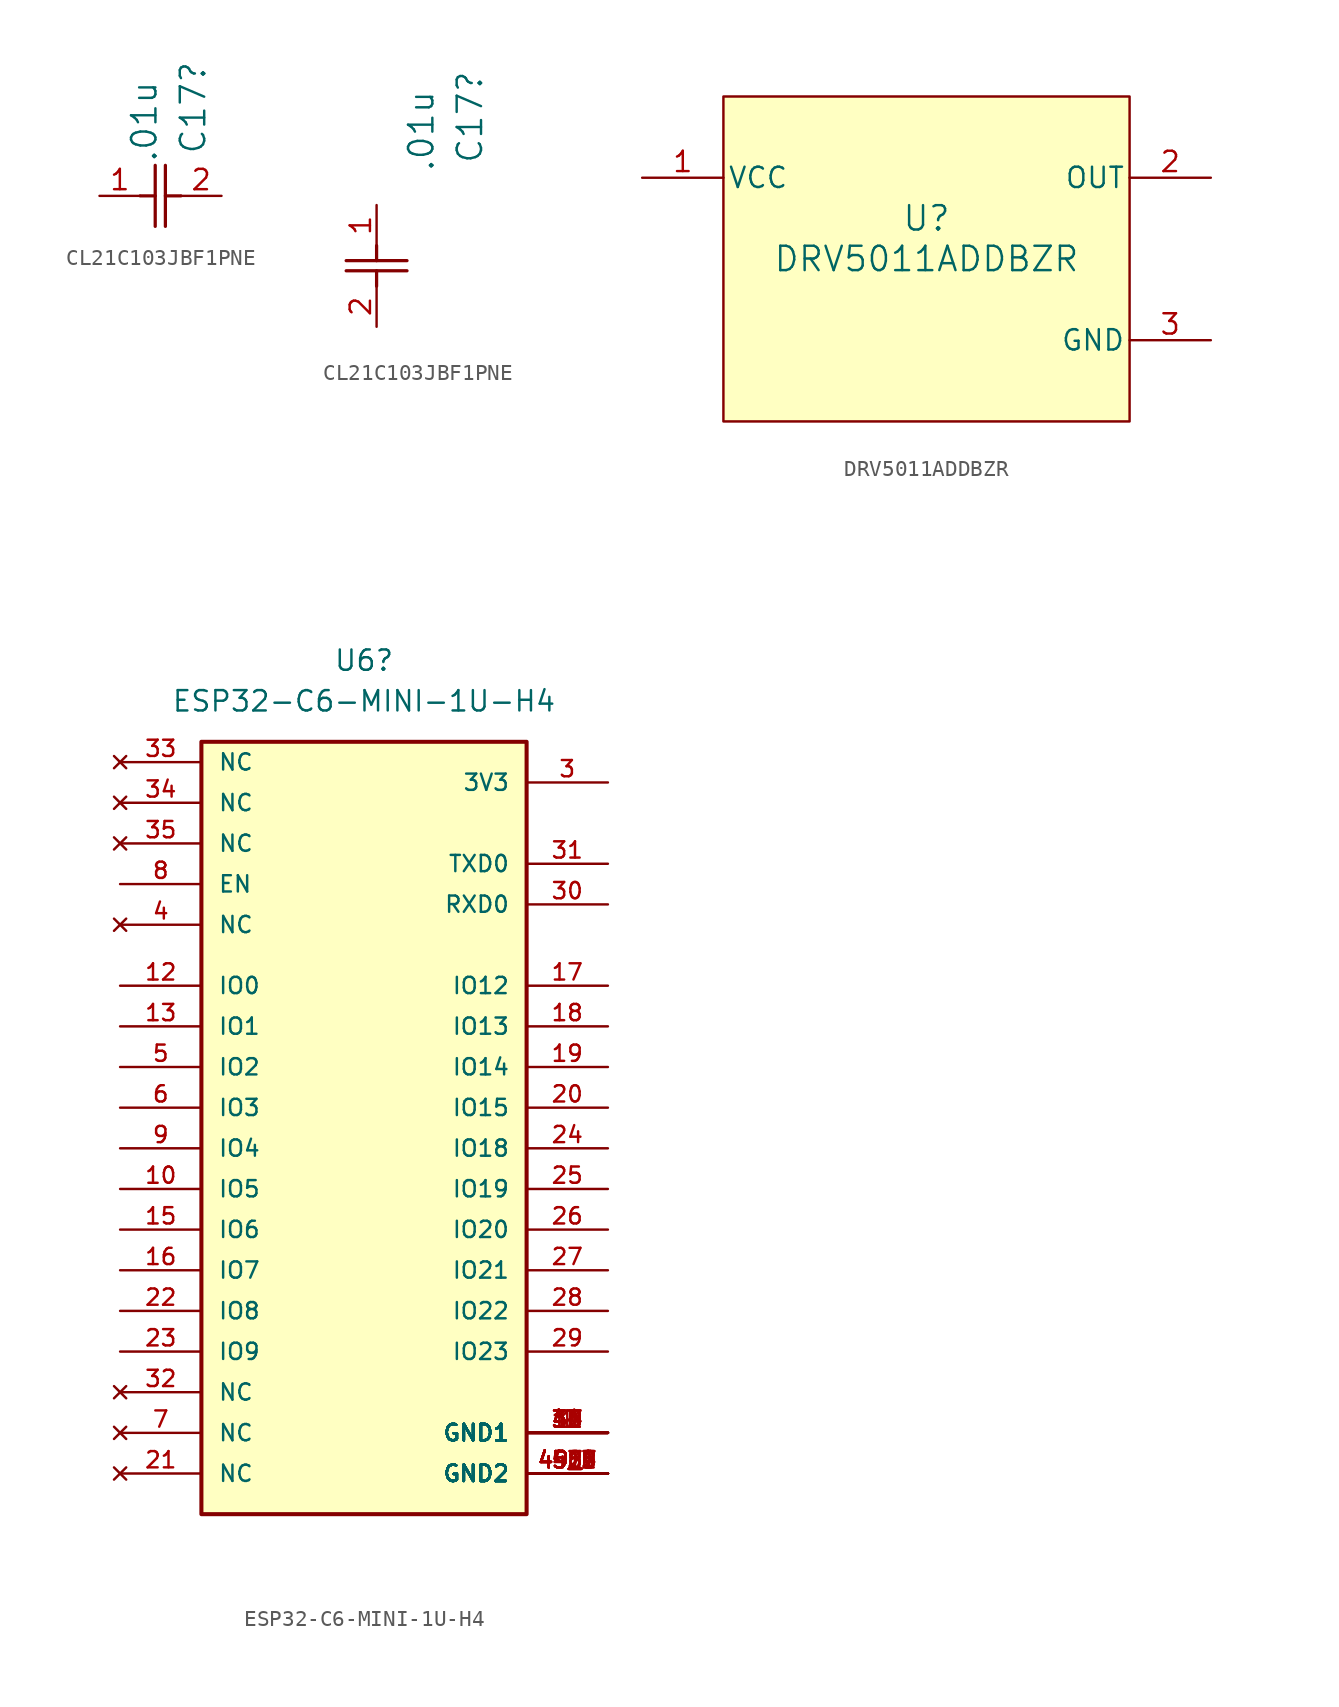
<source format=kicad_sym>
(kicad_symbol_lib
  (version 20231120)
  (generator "kicad_symbol_editor")
  (generator_version "8.0")
  (symbol "CL21C103JBF1PNE"
    (pin_names
      (offset 0.254))
    (property "Reference" "C17"
      (at 5.842 2.54 90)
      (effects (font (size 1.524 1.524)) (justify left)))
    (property "Value" ".01u"
      (at 2.794 2.032 90)
      (effects (font (size 1.524 1.524)) (justify left)))
    (symbol "CL21C103JBF1PNE_1_1"
      (polyline (pts (xy 2.54 0) (xy 3.48 0)) (stroke (width 0.203) (type default)) (fill (type none)))
      (polyline (pts (xy 3.48 -1.905) (xy 3.48 1.905)) (stroke (width 0.203) (type default)) (fill (type none)))
      (polyline (pts (xy 4.115 -1.905) (xy 4.115 1.905)) (stroke (width 0.203) (type default)) (fill (type none)))
      (polyline (pts (xy 4.115 0) (xy 5.08 0)) (stroke (width 0.203) (type default)) (fill (type none)))
      (pin passive line (at 0 0 0) (length 2.54) (name "" (effects (font (size 1.27 1.27)))) (number "1" (effects (font (size 1.27 1.27)))))
      (pin passive line (at 7.62 0 180) (length 2.54) (name "" (effects (font (size 1.27 1.27)))) (number "2" (effects (font (size 1.27 1.27))))))
    (symbol "CL21C103JBF1PNE_1_2"
      (polyline (pts (xy -1.905 -4.115) (xy 1.905 -4.115)) (stroke (width 0.203) (type default)) (fill (type none)))
      (polyline (pts (xy -1.905 -3.48) (xy 1.905 -3.48)) (stroke (width 0.203) (type default)) (fill (type none)))
      (polyline (pts (xy 0 -4.115) (xy 0 -5.08)) (stroke (width 0.203) (type default)) (fill (type none)))
      (polyline (pts (xy 0 -2.54) (xy 0 -3.48)) (stroke (width 0.203) (type default)) (fill (type none)))
      (pin passive line (at 0 0 270) (length 2.54) (name "" (effects (font (size 1.27 1.27)))) (number "1" (effects (font (size 1.27 1.27)))))
      (pin passive line (at 0 -7.62 90) (length 2.54) (name "" (effects (font (size 1.27 1.27)))) (number "2" (effects (font (size 1.27 1.27)))))))
  (symbol "DRV5011ADDBZR"
    (pin_names
      (offset 0.254))
    (property "Reference" "U"
      (at 0 2.54 0)
      (effects (font (size 1.524 1.524))))
    (property "Value" "DRV5011ADDBZR"
      (at 0 0 0)
      (effects (font (size 1.524 1.524))))
    (symbol "DRV5011ADDBZR_0_1"
      (pin power_in line (at -17.78 5.08 0) (length 5.08) (name "VCC" (effects (font (size 1.27 1.27)))) (number "1" (effects (font (size 1.27 1.27)))))
      (pin output line (at 17.78 5.08 180) (length 5.08) (name "OUT" (effects (font (size 1.27 1.27)))) (number "2" (effects (font (size 1.27 1.27)))))
      (pin power_in line (at 17.78 -5.08 180) (length 5.08) (name "GND" (effects (font (size 1.27 1.27)))) (number "3" (effects (font (size 1.27 1.27))))))
    (symbol "DRV5011ADDBZR_1_1"
      (rectangle (start -12.7 10.16) (end 12.7 -10.16) (stroke (width 0) (type default)) (fill (type background)))))
  (symbol "ESP32-C6-MINI-1U-H4"
    (pin_names
      (offset 1.016))
    (property "Reference" "U6"
      (at 0 27.94 0)
      (effects (font (size 1.27 1.27))))
    (property "Value" "ESP32-C6-MINI-1U-H4"
      (at 0 25.4 0)
      (effects (font (size 1.27 1.27))))
    (symbol "ESP32-C6-MINI-1U-H4_0_0"
      (rectangle (start -10.16 -25.4) (end 10.16 22.86) (stroke (width 0.254) (type default)) (fill (type background)))
      (pin power_in line (at 15.24 -20.32 180) (length 5.08) (name "GND1" (effects (font (size 1.016 1.016)))) (number "1" (effects (font (size 1.016 1.016)))))
      (pin bidirectional line (at -15.24 -5.08 0) (length 5.08) (name "IO5" (effects (font (size 1.016 1.016)))) (number "10" (effects (font (size 1.016 1.016)))))
      (pin power_in line (at 15.24 -20.32 180) (length 5.08) (name "GND1" (effects (font (size 1.016 1.016)))) (number "11" (effects (font (size 1.016 1.016)))))
      (pin bidirectional line (at -15.24 7.62 0) (length 5.08) (name "IO0" (effects (font (size 1.016 1.016)))) (number "12" (effects (font (size 1.016 1.016)))))
      (pin bidirectional line (at -15.24 5.08 0) (length 5.08) (name "IO1" (effects (font (size 1.016 1.016)))) (number "13" (effects (font (size 1.016 1.016)))))
      (pin power_in line (at 15.24 -20.32 180) (length 5.08) (name "GND1" (effects (font (size 1.016 1.016)))) (number "14" (effects (font (size 1.016 1.016)))))
      (pin bidirectional line (at -15.24 -7.62 0) (length 5.08) (name "IO6" (effects (font (size 1.016 1.016)))) (number "15" (effects (font (size 1.016 1.016)))))
      (pin bidirectional line (at -15.24 -10.16 0) (length 5.08) (name "IO7" (effects (font (size 1.016 1.016)))) (number "16" (effects (font (size 1.016 1.016)))))
      (pin bidirectional line (at 15.24 7.62 180) (length 5.08) (name "IO12" (effects (font (size 1.016 1.016)))) (number "17" (effects (font (size 1.016 1.016)))))
      (pin bidirectional line (at 15.24 5.08 180) (length 5.08) (name "IO13" (effects (font (size 1.016 1.016)))) (number "18" (effects (font (size 1.016 1.016)))))
      (pin bidirectional line (at 15.24 2.54 180) (length 5.08) (name "IO14" (effects (font (size 1.016 1.016)))) (number "19" (effects (font (size 1.016 1.016)))))
      (pin power_in line (at 15.24 -20.32 180) (length 5.08) (name "GND1" (effects (font (size 1.016 1.016)))) (number "2" (effects (font (size 1.016 1.016)))))
      (pin bidirectional line (at 15.24 0 180) (length 5.08) (name "IO15" (effects (font (size 1.016 1.016)))) (number "20" (effects (font (size 1.016 1.016)))))
      (pin no_connect line (at -15.24 -22.86 0) (length 5.08) (name "NC" (effects (font (size 1.016 1.016)))) (number "21" (effects (font (size 1.016 1.016)))))
      (pin bidirectional line (at -15.24 -12.7 0) (length 5.08) (name "IO8" (effects (font (size 1.016 1.016)))) (number "22" (effects (font (size 1.016 1.016)))))
      (pin bidirectional line (at -15.24 -15.24 0) (length 5.08) (name "IO9" (effects (font (size 1.016 1.016)))) (number "23" (effects (font (size 1.016 1.016)))))
      (pin bidirectional line (at 15.24 -2.54 180) (length 5.08) (name "IO18" (effects (font (size 1.016 1.016)))) (number "24" (effects (font (size 1.016 1.016)))))
      (pin bidirectional line (at 15.24 -5.08 180) (length 5.08) (name "IO19" (effects (font (size 1.016 1.016)))) (number "25" (effects (font (size 1.016 1.016)))))
      (pin bidirectional line (at 15.24 -7.62 180) (length 5.08) (name "IO20" (effects (font (size 1.016 1.016)))) (number "26" (effects (font (size 1.016 1.016)))))
      (pin bidirectional line (at 15.24 -10.16 180) (length 5.08) (name "IO21" (effects (font (size 1.016 1.016)))) (number "27" (effects (font (size 1.016 1.016)))))
      (pin bidirectional line (at 15.24 -12.7 180) (length 5.08) (name "IO22" (effects (font (size 1.016 1.016)))) (number "28" (effects (font (size 1.016 1.016)))))
      (pin bidirectional line (at 15.24 -15.24 180) (length 5.08) (name "IO23" (effects (font (size 1.016 1.016)))) (number "29" (effects (font (size 1.016 1.016)))))
      (pin power_in line (at 15.24 20.32 180) (length 5.08) (name "3V3" (effects (font (size 1.016 1.016)))) (number "3" (effects (font (size 1.016 1.016)))))
      (pin bidirectional line (at 15.24 12.7 180) (length 5.08) (name "RXD0" (effects (font (size 1.016 1.016)))) (number "30" (effects (font (size 1.016 1.016)))))
      (pin bidirectional line (at 15.24 15.24 180) (length 5.08) (name "TXD0" (effects (font (size 1.016 1.016)))) (number "31" (effects (font (size 1.016 1.016)))))
      (pin no_connect line (at -15.24 -17.78 0) (length 5.08) (name "NC" (effects (font (size 1.016 1.016)))) (number "32" (effects (font (size 1.016 1.016)))))
      (pin no_connect line (at -15.24 21.59 0) (length 5.08) (name "NC" (effects (font (size 1.016 1.016)))) (number "33" (effects (font (size 1.016 1.016)))))
      (pin no_connect line (at -15.24 19.05 0) (length 5.08) (name "NC" (effects (font (size 1.016 1.016)))) (number "34" (effects (font (size 1.016 1.016)))))
      (pin no_connect line (at -15.24 16.51 0) (length 5.08) (name "NC" (effects (font (size 1.016 1.016)))) (number "35" (effects (font (size 1.016 1.016)))))
      (pin power_in line (at 15.24 -20.32 180) (length 5.08) (name "GND1" (effects (font (size 1.016 1.016)))) (number "36" (effects (font (size 1.016 1.016)))))
      (pin power_in line (at 15.24 -20.32 180) (length 5.08) (name "GND1" (effects (font (size 1.016 1.016)))) (number "37" (effects (font (size 1.016 1.016)))))
      (pin power_in line (at 15.24 -20.32 180) (length 5.08) (name "GND1" (effects (font (size 1.016 1.016)))) (number "38" (effects (font (size 1.016 1.016)))))
      (pin power_in line (at 15.24 -20.32 180) (length 5.08) (name "GND1" (effects (font (size 1.016 1.016)))) (number "39" (effects (font (size 1.016 1.016)))))
      (pin no_connect line (at -15.24 11.43 0) (length 5.08) (name "NC" (effects (font (size 1.016 1.016)))) (number "4" (effects (font (size 1.016 1.016)))))
      (pin power_in line (at 15.24 -20.32 180) (length 5.08) (name "GND1" (effects (font (size 1.016 1.016)))) (number "40" (effects (font (size 1.016 1.016)))))
      (pin power_in line (at 15.24 -20.32 180) (length 5.08) (name "GND1" (effects (font (size 1.016 1.016)))) (number "41" (effects (font (size 1.016 1.016)))))
      (pin power_in line (at 15.24 -20.32 180) (length 5.08) (name "GND1" (effects (font (size 1.016 1.016)))) (number "42" (effects (font (size 1.016 1.016)))))
      (pin power_in line (at 15.24 -20.32 180) (length 5.08) (name "GND1" (effects (font (size 1.016 1.016)))) (number "43" (effects (font (size 1.016 1.016)))))
      (pin power_in line (at 15.24 -20.32 180) (length 5.08) (name "GND1" (effects (font (size 1.016 1.016)))) (number "44" (effects (font (size 1.016 1.016)))))
      (pin power_in line (at 15.24 -20.32 180) (length 5.08) (name "GND1" (effects (font (size 1.016 1.016)))) (number "45" (effects (font (size 1.016 1.016)))))
      (pin power_in line (at 15.24 -20.32 180) (length 5.08) (name "GND1" (effects (font (size 1.016 1.016)))) (number "46" (effects (font (size 1.016 1.016)))))
      (pin power_in line (at 15.24 -22.86 180) (length 5.08) (name "GND2" (effects (font (size 1.016 1.016)))) (number "47" (effects (font (size 1.016 1.016)))))
      (pin power_in line (at 15.24 -22.86 180) (length 5.08) (name "GND2" (effects (font (size 1.016 1.016)))) (number "48" (effects (font (size 1.016 1.016)))))
      (pin power_in line (at 15.24 -22.86 180) (length 5.08) (name "GND2" (effects (font (size 1.016 1.016)))) (number "49_1" (effects (font (size 1.016 1.016)))))
      (pin power_in line (at 15.24 -22.86 180) (length 5.08) (name "GND2" (effects (font (size 1.016 1.016)))) (number "49_2" (effects (font (size 1.016 1.016)))))
      (pin power_in line (at 15.24 -22.86 180) (length 5.08) (name "GND2" (effects (font (size 1.016 1.016)))) (number "49_3" (effects (font (size 1.016 1.016)))))
      (pin power_in line (at 15.24 -22.86 180) (length 5.08) (name "GND2" (effects (font (size 1.016 1.016)))) (number "49_4" (effects (font (size 1.016 1.016)))))
      (pin power_in line (at 15.24 -22.86 180) (length 5.08) (name "GND2" (effects (font (size 1.016 1.016)))) (number "49_5" (effects (font (size 1.016 1.016)))))
      (pin power_in line (at 15.24 -22.86 180) (length 5.08) (name "GND2" (effects (font (size 1.016 1.016)))) (number "49_6" (effects (font (size 1.016 1.016)))))
      (pin power_in line (at 15.24 -22.86 180) (length 5.08) (name "GND2" (effects (font (size 1.016 1.016)))) (number "49_7" (effects (font (size 1.016 1.016)))))
      (pin power_in line (at 15.24 -22.86 180) (length 5.08) (name "GND2" (effects (font (size 1.016 1.016)))) (number "49_8" (effects (font (size 1.016 1.016)))))
      (pin power_in line (at 15.24 -22.86 180) (length 5.08) (name "GND2" (effects (font (size 1.016 1.016)))) (number "49_9" (effects (font (size 1.016 1.016)))))
      (pin bidirectional line (at -15.24 2.54 0) (length 5.08) (name "IO2" (effects (font (size 1.016 1.016)))) (number "5" (effects (font (size 1.016 1.016)))))
      (pin power_in line (at 15.24 -22.86 180) (length 5.08) (name "GND2" (effects (font (size 1.016 1.016)))) (number "50" (effects (font (size 1.016 1.016)))))
      (pin power_in line (at 15.24 -22.86 180) (length 5.08) (name "GND2" (effects (font (size 1.016 1.016)))) (number "51" (effects (font (size 1.016 1.016)))))
      (pin power_in line (at 15.24 -22.86 180) (length 5.08) (name "GND2" (effects (font (size 1.016 1.016)))) (number "52" (effects (font (size 1.016 1.016)))))
      (pin power_in line (at 15.24 -22.86 180) (length 5.08) (name "GND2" (effects (font (size 1.016 1.016)))) (number "53" (effects (font (size 1.016 1.016)))))
      (pin bidirectional line (at -15.24 0 0) (length 5.08) (name "IO3" (effects (font (size 1.016 1.016)))) (number "6" (effects (font (size 1.016 1.016)))))
      (pin no_connect line (at -15.24 -20.32 0) (length 5.08) (name "NC" (effects (font (size 1.016 1.016)))) (number "7" (effects (font (size 1.016 1.016)))))
      (pin input line (at -15.24 13.97 0) (length 5.08) (name "EN" (effects (font (size 1.016 1.016)))) (number "8" (effects (font (size 1.016 1.016)))))
      (pin bidirectional line (at -15.24 -2.54 0) (length 5.08) (name "IO4" (effects (font (size 1.016 1.016)))) (number "9" (effects (font (size 1.016 1.016))))))))
</source>
